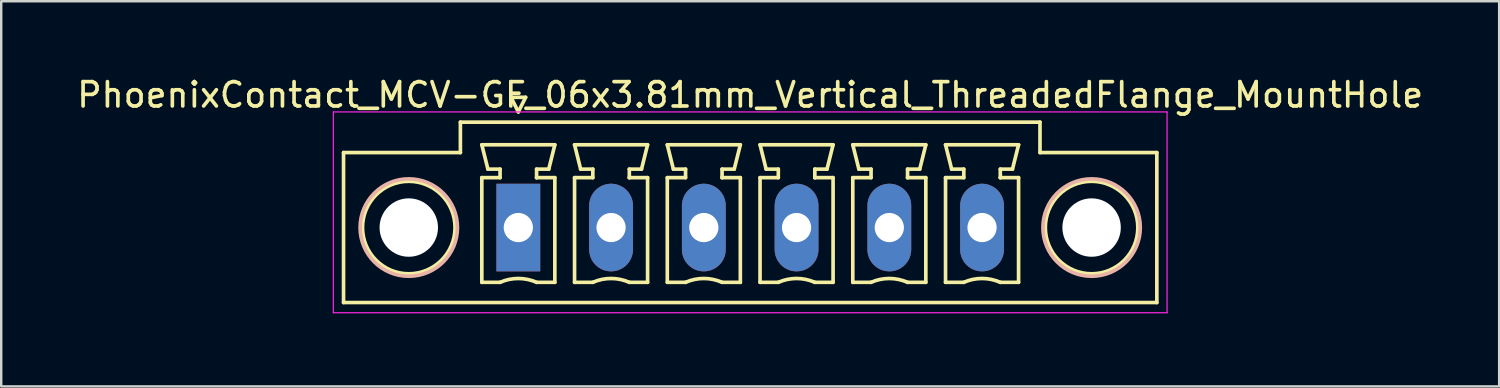
<source format=kicad_pcb>
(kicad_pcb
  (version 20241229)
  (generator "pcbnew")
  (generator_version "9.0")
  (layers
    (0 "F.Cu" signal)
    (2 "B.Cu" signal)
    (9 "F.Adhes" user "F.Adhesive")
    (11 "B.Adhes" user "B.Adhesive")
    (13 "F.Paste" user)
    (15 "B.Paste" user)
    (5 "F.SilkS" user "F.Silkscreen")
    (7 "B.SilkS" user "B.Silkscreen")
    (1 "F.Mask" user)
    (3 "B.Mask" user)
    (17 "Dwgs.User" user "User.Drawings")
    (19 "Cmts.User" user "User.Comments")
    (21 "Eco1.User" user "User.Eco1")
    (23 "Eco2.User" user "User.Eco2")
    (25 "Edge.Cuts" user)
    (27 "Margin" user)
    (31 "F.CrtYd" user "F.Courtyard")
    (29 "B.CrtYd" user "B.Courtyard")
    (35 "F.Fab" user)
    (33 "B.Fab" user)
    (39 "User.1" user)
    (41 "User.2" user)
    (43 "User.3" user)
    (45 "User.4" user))
  (footprint "PhoenixContact_MCV-GF_06x3.81mm_Vertical_ThreadedFlange_MountHole"
    (layer "F.Cu")
    (at 18.243 6.298)
    (property "Reference" "PhoenixContact_MCV-GF_06x3.81mm_Vertical_ThreadedFlange_MountHole" (at 9.525 -5.45 0) (layer "F.SilkS") (effects (font (size 1 1) (thickness 0.15))))
    (attr through_hole)
    (fp_line (start -7.18 -3.08) (end -7.18 3.08) (stroke (width 0.15) (type solid)) (layer "F.SilkS"))
    (fp_line (start -7.18 3.08) (end 26.23 3.08) (stroke (width 0.15) (type solid)) (layer "F.SilkS"))
    (fp_line (start -2.38 -4.33) (end -2.38 -3.08) (stroke (width 0.15) (type solid)) (layer "F.SilkS"))
    (fp_line (start -2.38 -3.08) (end -7.18 -3.08) (stroke (width 0.15) (type solid)) (layer "F.SilkS"))
    (fp_line (start -1.5 -3.4) (end 1.5 -3.4) (stroke (width 0.15) (type solid)) (layer "F.SilkS"))
    (fp_line (start -1.5 -2.05) (end -0.75 -2.05) (stroke (width 0.15) (type solid)) (layer "F.SilkS"))
    (fp_line (start -1.5 2.25) (end -1.5 -2.05) (stroke (width 0.15) (type solid)) (layer "F.SilkS"))
    (fp_line (start -1.25 -2.4) (end -1.5 -3.4) (stroke (width 0.15) (type solid)) (layer "F.SilkS"))
    (fp_line (start -0.75 -2.4) (end -1.25 -2.4) (stroke (width 0.15) (type solid)) (layer "F.SilkS"))
    (fp_line (start -0.75 -2.05) (end -0.75 -2.4) (stroke (width 0.15) (type solid)) (layer "F.SilkS"))
    (fp_line (start -0.75 2.25) (end -1.5 2.25) (stroke (width 0.15) (type solid)) (layer "F.SilkS"))
    (fp_line (start -0.3 -5.35) (end 0 -4.75) (stroke (width 0.15) (type solid)) (layer "F.SilkS"))
    (fp_line (start 0 -4.75) (end 0.3 -5.35) (stroke (width 0.15) (type solid)) (layer "F.SilkS"))
    (fp_line (start 0.3 -5.35) (end -0.3 -5.35) (stroke (width 0.15) (type solid)) (layer "F.SilkS"))
    (fp_line (start 0.75 -2.4) (end 0.75 -2.05) (stroke (width 0.15) (type solid)) (layer "F.SilkS"))
    (fp_line (start 0.75 -2.05) (end 0.75 -2.05) (stroke (width 0.15) (type solid)) (layer "F.SilkS"))
    (fp_line (start 0.75 -2.05) (end 1.5 -2.05) (stroke (width 0.15) (type solid)) (layer "F.SilkS"))
    (fp_line (start 1.25 -2.4) (end 0.75 -2.4) (stroke (width 0.15) (type solid)) (layer "F.SilkS"))
    (fp_line (start 1.5 -3.4) (end 1.25 -2.4) (stroke (width 0.15) (type solid)) (layer "F.SilkS"))
    (fp_line (start 1.5 -2.05) (end 1.5 2.25) (stroke (width 0.15) (type solid)) (layer "F.SilkS"))
    (fp_line (start 1.5 2.25) (end 0.75 2.25) (stroke (width 0.15) (type solid)) (layer "F.SilkS"))
    (fp_line (start 2.31 -3.4) (end 5.31 -3.4) (stroke (width 0.15) (type solid)) (layer "F.SilkS"))
    (fp_line (start 2.31 -2.05) (end 3.06 -2.05) (stroke (width 0.15) (type solid)) (layer "F.SilkS"))
    (fp_line (start 2.31 2.25) (end 2.31 -2.05) (stroke (width 0.15) (type solid)) (layer "F.SilkS"))
    (fp_line (start 2.56 -2.4) (end 2.31 -3.4) (stroke (width 0.15) (type solid)) (layer "F.SilkS"))
    (fp_line (start 3.06 -2.4) (end 2.56 -2.4) (stroke (width 0.15) (type solid)) (layer "F.SilkS"))
    (fp_line (start 3.06 -2.05) (end 3.06 -2.4) (stroke (width 0.15) (type solid)) (layer "F.SilkS"))
    (fp_line (start 3.06 2.25) (end 2.31 2.25) (stroke (width 0.15) (type solid)) (layer "F.SilkS"))
    (fp_line (start 4.56 -2.4) (end 4.56 -2.05) (stroke (width 0.15) (type solid)) (layer "F.SilkS"))
    (fp_line (start 4.56 -2.05) (end 4.56 -2.05) (stroke (width 0.15) (type solid)) (layer "F.SilkS"))
    (fp_line (start 4.56 -2.05) (end 5.31 -2.05) (stroke (width 0.15) (type solid)) (layer "F.SilkS"))
    (fp_line (start 5.06 -2.4) (end 4.56 -2.4) (stroke (width 0.15) (type solid)) (layer "F.SilkS"))
    (fp_line (start 5.31 -3.4) (end 5.06 -2.4) (stroke (width 0.15) (type solid)) (layer "F.SilkS"))
    (fp_line (start 5.31 -2.05) (end 5.31 2.25) (stroke (width 0.15) (type solid)) (layer "F.SilkS"))
    (fp_line (start 5.31 2.25) (end 4.56 2.25) (stroke (width 0.15) (type solid)) (layer "F.SilkS"))
    (fp_line (start 6.12 -3.4) (end 9.12 -3.4) (stroke (width 0.15) (type solid)) (layer "F.SilkS"))
    (fp_line (start 6.12 -2.05) (end 6.87 -2.05) (stroke (width 0.15) (type solid)) (layer "F.SilkS"))
    (fp_line (start 6.12 2.25) (end 6.12 -2.05) (stroke (width 0.15) (type solid)) (layer "F.SilkS"))
    (fp_line (start 6.37 -2.4) (end 6.12 -3.4) (stroke (width 0.15) (type solid)) (layer "F.SilkS"))
    (fp_line (start 6.87 -2.4) (end 6.37 -2.4) (stroke (width 0.15) (type solid)) (layer "F.SilkS"))
    (fp_line (start 6.87 -2.05) (end 6.87 -2.4) (stroke (width 0.15) (type solid)) (layer "F.SilkS"))
    (fp_line (start 6.87 2.25) (end 6.12 2.25) (stroke (width 0.15) (type solid)) (layer "F.SilkS"))
    (fp_line (start 8.37 -2.4) (end 8.37 -2.05) (stroke (width 0.15) (type solid)) (layer "F.SilkS"))
    (fp_line (start 8.37 -2.05) (end 8.37 -2.05) (stroke (width 0.15) (type solid)) (layer "F.SilkS"))
    (fp_line (start 8.37 -2.05) (end 9.12 -2.05) (stroke (width 0.15) (type solid)) (layer "F.SilkS"))
    (fp_line (start 8.87 -2.4) (end 8.37 -2.4) (stroke (width 0.15) (type solid)) (layer "F.SilkS"))
    (fp_line (start 9.12 -3.4) (end 8.87 -2.4) (stroke (width 0.15) (type solid)) (layer "F.SilkS"))
    (fp_line (start 9.12 -2.05) (end 9.12 2.25) (stroke (width 0.15) (type solid)) (layer "F.SilkS"))
    (fp_line (start 9.12 2.25) (end 8.37 2.25) (stroke (width 0.15) (type solid)) (layer "F.SilkS"))
    (fp_line (start 9.93 -3.4) (end 12.93 -3.4) (stroke (width 0.15) (type solid)) (layer "F.SilkS"))
    (fp_line (start 9.93 -2.05) (end 10.68 -2.05) (stroke (width 0.15) (type solid)) (layer "F.SilkS"))
    (fp_line (start 9.93 2.25) (end 9.93 -2.05) (stroke (width 0.15) (type solid)) (layer "F.SilkS"))
    (fp_line (start 10.18 -2.4) (end 9.93 -3.4) (stroke (width 0.15) (type solid)) (layer "F.SilkS"))
    (fp_line (start 10.68 -2.4) (end 10.18 -2.4) (stroke (width 0.15) (type solid)) (layer "F.SilkS"))
    (fp_line (start 10.68 -2.05) (end 10.68 -2.4) (stroke (width 0.15) (type solid)) (layer "F.SilkS"))
    (fp_line (start 10.68 2.25) (end 9.93 2.25) (stroke (width 0.15) (type solid)) (layer "F.SilkS"))
    (fp_line (start 12.18 -2.4) (end 12.18 -2.05) (stroke (width 0.15) (type solid)) (layer "F.SilkS"))
    (fp_line (start 12.18 -2.05) (end 12.18 -2.05) (stroke (width 0.15) (type solid)) (layer "F.SilkS"))
    (fp_line (start 12.18 -2.05) (end 12.93 -2.05) (stroke (width 0.15) (type solid)) (layer "F.SilkS"))
    (fp_line (start 12.68 -2.4) (end 12.18 -2.4) (stroke (width 0.15) (type solid)) (layer "F.SilkS"))
    (fp_line (start 12.93 -3.4) (end 12.68 -2.4) (stroke (width 0.15) (type solid)) (layer "F.SilkS"))
    (fp_line (start 12.93 -2.05) (end 12.93 2.25) (stroke (width 0.15) (type solid)) (layer "F.SilkS"))
    (fp_line (start 12.93 2.25) (end 12.18 2.25) (stroke (width 0.15) (type solid)) (layer "F.SilkS"))
    (fp_line (start 13.74 -3.4) (end 16.74 -3.4) (stroke (width 0.15) (type solid)) (layer "F.SilkS"))
    (fp_line (start 13.74 -2.05) (end 14.49 -2.05) (stroke (width 0.15) (type solid)) (layer "F.SilkS"))
    (fp_line (start 13.74 2.25) (end 13.74 -2.05) (stroke (width 0.15) (type solid)) (layer "F.SilkS"))
    (fp_line (start 13.99 -2.4) (end 13.74 -3.4) (stroke (width 0.15) (type solid)) (layer "F.SilkS"))
    (fp_line (start 14.49 -2.4) (end 13.99 -2.4) (stroke (width 0.15) (type solid)) (layer "F.SilkS"))
    (fp_line (start 14.49 -2.05) (end 14.49 -2.4) (stroke (width 0.15) (type solid)) (layer "F.SilkS"))
    (fp_line (start 14.49 2.25) (end 13.74 2.25) (stroke (width 0.15) (type solid)) (layer "F.SilkS"))
    (fp_line (start 15.99 -2.4) (end 15.99 -2.05) (stroke (width 0.15) (type solid)) (layer "F.SilkS"))
    (fp_line (start 15.99 -2.05) (end 15.99 -2.05) (stroke (width 0.15) (type solid)) (layer "F.SilkS"))
    (fp_line (start 15.99 -2.05) (end 16.74 -2.05) (stroke (width 0.15) (type solid)) (layer "F.SilkS"))
    (fp_line (start 16.49 -2.4) (end 15.99 -2.4) (stroke (width 0.15) (type solid)) (layer "F.SilkS"))
    (fp_line (start 16.74 -3.4) (end 16.49 -2.4) (stroke (width 0.15) (type solid)) (layer "F.SilkS"))
    (fp_line (start 16.74 -2.05) (end 16.74 2.25) (stroke (width 0.15) (type solid)) (layer "F.SilkS"))
    (fp_line (start 16.74 2.25) (end 15.99 2.25) (stroke (width 0.15) (type solid)) (layer "F.SilkS"))
    (fp_line (start 17.55 -3.4) (end 20.55 -3.4) (stroke (width 0.15) (type solid)) (layer "F.SilkS"))
    (fp_line (start 17.55 -2.05) (end 18.3 -2.05) (stroke (width 0.15) (type solid)) (layer "F.SilkS"))
    (fp_line (start 17.55 2.25) (end 17.55 -2.05) (stroke (width 0.15) (type solid)) (layer "F.SilkS"))
    (fp_line (start 17.8 -2.4) (end 17.55 -3.4) (stroke (width 0.15) (type solid)) (layer "F.SilkS"))
    (fp_line (start 18.3 -2.4) (end 17.8 -2.4) (stroke (width 0.15) (type solid)) (layer "F.SilkS"))
    (fp_line (start 18.3 -2.05) (end 18.3 -2.4) (stroke (width 0.15) (type solid)) (layer "F.SilkS"))
    (fp_line (start 18.3 2.25) (end 17.55 2.25) (stroke (width 0.15) (type solid)) (layer "F.SilkS"))
    (fp_line (start 19.8 -2.4) (end 19.8 -2.05) (stroke (width 0.15) (type solid)) (layer "F.SilkS"))
    (fp_line (start 19.8 -2.05) (end 19.8 -2.05) (stroke (width 0.15) (type solid)) (layer "F.SilkS"))
    (fp_line (start 19.8 -2.05) (end 20.55 -2.05) (stroke (width 0.15) (type solid)) (layer "F.SilkS"))
    (fp_line (start 20.3 -2.4) (end 19.8 -2.4) (stroke (width 0.15) (type solid)) (layer "F.SilkS"))
    (fp_line (start 20.55 -3.4) (end 20.3 -2.4) (stroke (width 0.15) (type solid)) (layer "F.SilkS"))
    (fp_line (start 20.55 -2.05) (end 20.55 2.25) (stroke (width 0.15) (type solid)) (layer "F.SilkS"))
    (fp_line (start 20.55 2.25) (end 19.8 2.25) (stroke (width 0.15) (type solid)) (layer "F.SilkS"))
    (fp_line (start 21.43 -4.33) (end -2.38 -4.33) (stroke (width 0.15) (type solid)) (layer "F.SilkS"))
    (fp_line (start 21.43 -3.08) (end 21.43 -4.33) (stroke (width 0.15) (type solid)) (layer "F.SilkS"))
    (fp_line (start 26.23 -3.08) (end 21.43 -3.08) (stroke (width 0.15) (type solid)) (layer "F.SilkS"))
    (fp_line (start 26.23 3.08) (end 26.23 -3.08) (stroke (width 0.15) (type solid)) (layer "F.SilkS"))
    (fp_arc (start -0.75 2.25) (mid -0.000193 2.09191) (end 0.749647 2.249844) (stroke (width 0.15) (type solid)) (layer "F.SilkS"))
    (fp_arc (start 3.06 2.25) (mid 3.809807 2.09191) (end 4.559647 2.249844) (stroke (width 0.15) (type solid)) (layer "F.SilkS"))
    (fp_arc (start 6.87 2.25) (mid 7.619807 2.09191) (end 8.369647 2.249844) (stroke (width 0.15) (type solid)) (layer "F.SilkS"))
    (fp_arc (start 10.68 2.25) (mid 11.429807 2.09191) (end 12.179647 2.249844) (stroke (width 0.15) (type solid)) (layer "F.SilkS"))
    (fp_arc (start 14.49 2.25) (mid 15.239807 2.09191) (end 15.989647 2.249844) (stroke (width 0.15) (type solid)) (layer "F.SilkS"))
    (fp_arc (start 18.3 2.25) (mid 19.049807 2.09191) (end 19.799647 2.249844) (stroke (width 0.15) (type solid)) (layer "F.SilkS"))
    (fp_circle (center -4.5 0) (end -2.6 0) (stroke (width 0.15) (type solid)) (fill no) (layer "F.SilkS"))
    (fp_circle (center 23.55 0) (end 25.45 0) (stroke (width 0.15) (type solid)) (fill no) (layer "F.SilkS"))
    (fp_circle (center -4.5 0) (end -2.5 0) (stroke (width 0.15) (type solid)) (fill no) (layer "B.SilkS"))
    (fp_circle (center 23.55 0) (end 25.55 0) (stroke (width 0.15) (type solid)) (fill no) (layer "B.SilkS"))
    (fp_line (start -7.6 -4.75) (end -7.6 3.5) (stroke (width 0.05) (type solid)) (layer "F.CrtYd"))
    (fp_line (start -7.6 3.5) (end 26.65 3.5) (stroke (width 0.05) (type solid)) (layer "F.CrtYd"))
    (fp_line (start 26.65 -4.75) (end -7.6 -4.75) (stroke (width 0.05) (type solid)) (layer "F.CrtYd"))
    (fp_line (start 26.65 3.5) (end 26.65 -4.75) (stroke (width 0.05) (type solid)) (layer "F.CrtYd"))
    (pad "" np_thru_hole circle (at -4.5 0) (size 2.4 2.4) (drill 2.4) (layers "*.Cu" "*.Mask"))
    (pad "" np_thru_hole circle (at 23.55 0) (size 2.4 2.4) (drill 2.4) (layers "*.Cu" "*.Mask"))
    (pad "1" thru_hole rect (at 0 0) (size 1.8 3.6) (drill 1.2) (layers "*.Cu" "*.Mask"))
    (pad "2" thru_hole oval (at 3.81 0) (size 1.8 3.6) (drill 1.2) (layers "*.Cu" "*.Mask"))
    (pad "3" thru_hole oval (at 7.62 0) (size 1.8 3.6) (drill 1.2) (layers "*.Cu" "*.Mask"))
    (pad "4" thru_hole oval (at 11.43 0) (size 1.8 3.6) (drill 1.2) (layers "*.Cu" "*.Mask"))
    (pad "5" thru_hole oval (at 15.24 0) (size 1.8 3.6) (drill 1.2) (layers "*.Cu" "*.Mask"))
    (pad "6" thru_hole oval (at 19.05 0) (size 1.8 3.6) (drill 1.2) (layers "*.Cu" "*.Mask")))
  (gr_rect
    (start -3 -3)
    (end 58.536 12.823)
    (stroke (width 0.1) (type default))
    (fill no)
    (layer "Edge.Cuts")))
</source>
